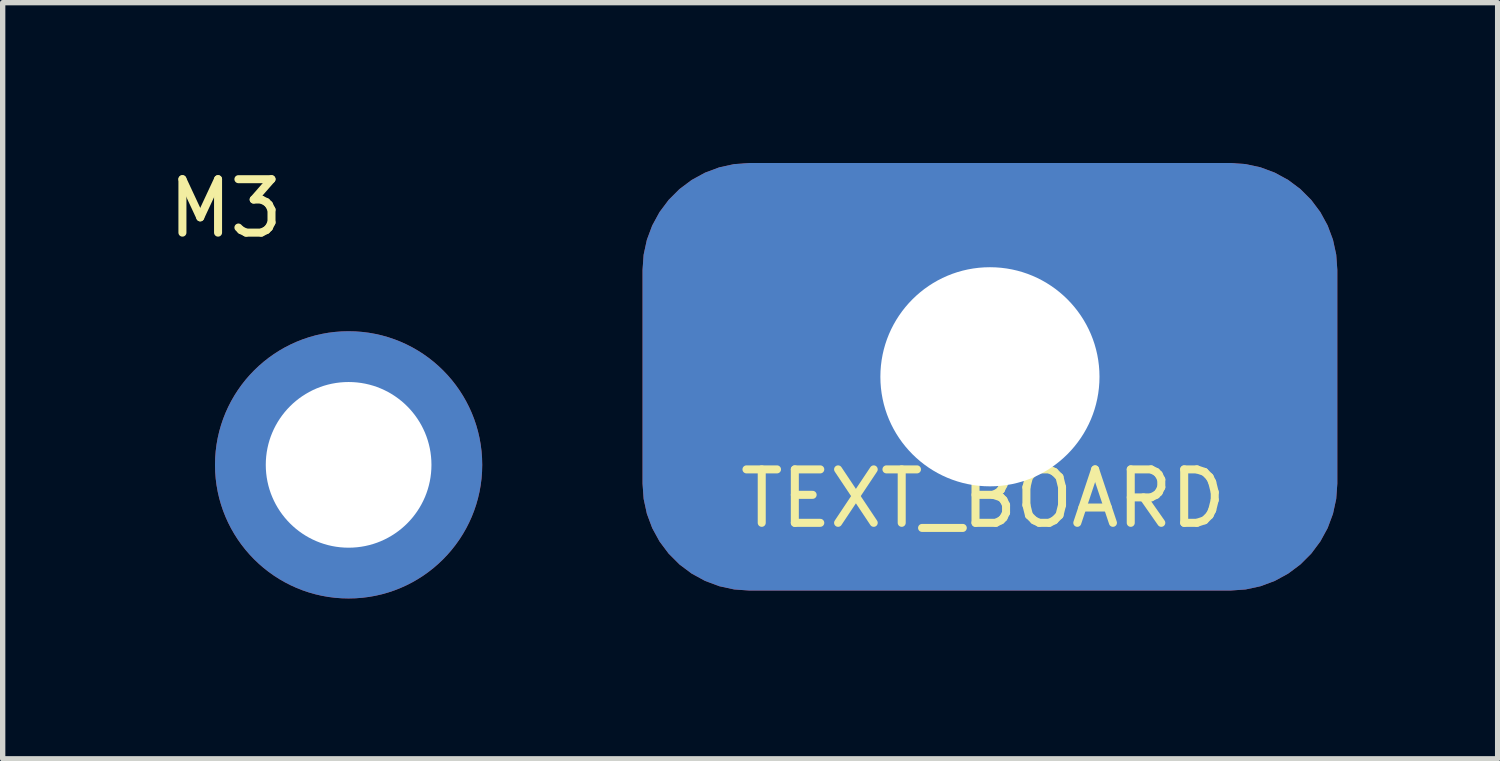
<source format=kicad_pcb>
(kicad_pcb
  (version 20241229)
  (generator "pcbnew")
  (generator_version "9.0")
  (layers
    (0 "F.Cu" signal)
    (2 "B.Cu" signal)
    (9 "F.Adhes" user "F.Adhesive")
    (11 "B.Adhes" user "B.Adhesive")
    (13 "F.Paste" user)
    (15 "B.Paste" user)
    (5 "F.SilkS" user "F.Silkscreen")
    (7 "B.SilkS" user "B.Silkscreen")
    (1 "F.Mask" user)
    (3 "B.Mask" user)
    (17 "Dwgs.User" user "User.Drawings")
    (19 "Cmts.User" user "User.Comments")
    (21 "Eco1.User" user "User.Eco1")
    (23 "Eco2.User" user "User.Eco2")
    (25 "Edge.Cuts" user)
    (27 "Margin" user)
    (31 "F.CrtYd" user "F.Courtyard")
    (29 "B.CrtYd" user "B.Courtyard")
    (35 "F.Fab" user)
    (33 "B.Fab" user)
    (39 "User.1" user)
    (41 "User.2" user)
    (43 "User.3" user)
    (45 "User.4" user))
  (footprint "M3"
    (layer "F.Cu")
    (at 3.373 5.548)
    (property "Reference" "M3" (at -2.2 -4.7 0) (layer "F.SilkS") (effects (font (size 1 1) (thickness 0.15))))
    (attr through_hole)
    (pad "1" thru_hole circle (at 0.1 0.1) (size 5 5) (drill 3.1) (layers "*.Cu" "*.Mask")))
  (footprint "TEXT_BOARD"
    (layer "F.Cu")
    (at 15.346 5.778)
    (property "Reference" "TEXT_BOARD" (at 0 0.5 0) (layer "F.SilkS") (effects (font (size 1 1) (thickness 0.15))))
    (attr through_hole)
    (pad "1" thru_hole roundrect (at 0.127 -1.778) (size 13 8) (drill 4.1) (layers "*.Cu" "*.Mask") (roundrect_rratio 0.25)))
  (gr_rect
    (start -3 -3)
    (end 24.973 11.148)
    (stroke (width 0.1) (type default))
    (fill no)
    (layer "Edge.Cuts")))
</source>
